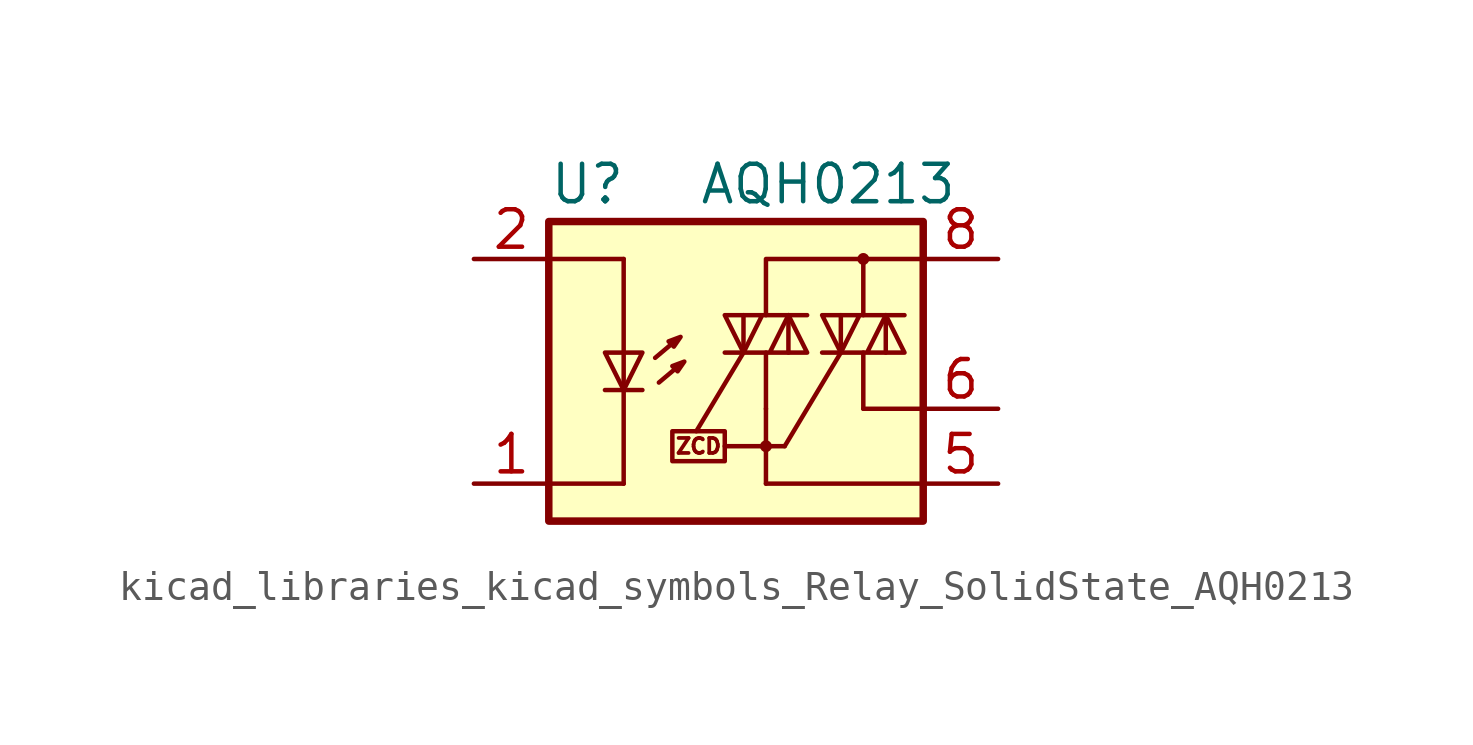
<source format=kicad_sym>
(kicad_symbol_lib
  (version 20220914)
  (generator kicad_symbol_editor)
  (symbol "kicad_libraries_kicad_symbols_Relay_SolidState_AQH0213"
    (property "Reference" "U"
      (at -7.62 5.08 0)
      (effects (font (size 1.27 1.27)) (justify left)))
    (property "Value" "AQH0213"
      (at -2.54 5.08 0)
      (effects (font (size 1.27 1.27)) (justify left)))
    (symbol "kicad_libraries_kicad_symbols_Relay_SolidState_AQH0213_0_0"
      (rectangle (start -3.429 -3.302) (end -1.651 -4.318) (stroke (width 0) (type default)) (fill (type none)))
      (text "ZCD" (at -2.54 -3.81 0) (effects (font (size 0.508 0.508)))))
    (symbol "kicad_libraries_kicad_symbols_Relay_SolidState_AQH0213_0_1"
      (rectangle (start -7.62 3.81) (end 5.08 -6.35) (stroke (width 0.254) (type default)) (fill (type background)))
      (polyline (pts (xy -5.715 -1.905) (xy -4.445 -1.905)) (stroke (width 0) (type default)) (fill (type none)))
      (polyline (pts (xy -5.08 -5.08) (xy -7.62 -5.08)) (stroke (width 0) (type default)) (fill (type none)))
      (polyline (pts (xy -5.08 -1.905) (xy -5.08 -5.08)) (stroke (width 0) (type default)) (fill (type none)))
      (polyline (pts (xy -5.08 -0.635) (xy -5.08 -1.905)) (stroke (width 0) (type default)) (fill (type none)))
      (polyline (pts (xy -5.08 -0.635) (xy -5.08 2.54)) (stroke (width 0) (type default)) (fill (type none)))
      (polyline (pts (xy -5.08 2.54) (xy -7.493 2.54)) (stroke (width 0) (type default)) (fill (type none)))
      (polyline (pts (xy -3.251 -1.118) (xy -3.886 -1.651)) (stroke (width 0) (type default)) (fill (type none)))
      (polyline (pts (xy -1.651 -3.81) (xy -0.254 -3.81)) (stroke (width 0) (type default)) (fill (type none)))
      (polyline (pts (xy -1.016 -0.635) (xy -2.616 -3.302)) (stroke (width 0) (type default)) (fill (type none)))
      (polyline (pts (xy -1.016 -0.635) (xy -1.016 0.635)) (stroke (width 0) (type default)) (fill (type none)))
      (polyline (pts (xy -0.254 -3.81) (xy 0.381 -3.81)) (stroke (width 0) (type default)) (fill (type none)))
      (polyline (pts (xy -0.254 -2.54) (xy -0.254 -5.08)) (stroke (width 0) (type default)) (fill (type none)))
      (polyline (pts (xy -0.254 -2.54) (xy -0.254 -0.635)) (stroke (width 0) (type default)) (fill (type none)))
      (polyline (pts (xy 0.381 -3.81) (xy 2.286 -0.635)) (stroke (width 0) (type default)) (fill (type none)))
      (polyline (pts (xy 0.508 0.635) (xy 0.508 -0.635)) (stroke (width 0) (type default)) (fill (type none)))
      (polyline (pts (xy 3.048 -2.54) (xy 5.08 -2.54)) (stroke (width 0) (type default)) (fill (type none)))
      (polyline (pts (xy 3.048 -0.635) (xy 3.048 -2.54)) (stroke (width 0) (type default)) (fill (type none)))
      (polyline (pts (xy 3.048 2.54) (xy 3.048 0.635)) (stroke (width 0) (type default)) (fill (type none)))
      (polyline (pts (xy 5.08 -5.08) (xy -0.254 -5.08)) (stroke (width 0) (type default)) (fill (type none)))
      (polyline (pts (xy 5.08 2.54) (xy 3.048 2.54)) (stroke (width 0) (type default)) (fill (type none)))
      (polyline (pts (xy 3.048 2.54) (xy -0.254 2.54) (xy -0.254 0.635)) (stroke (width 0) (type default)) (fill (type none)))
      (polyline (pts (xy -5.08 -1.905) (xy -5.715 -0.635) (xy -4.445 -0.635) (xy -5.08 -1.905)) (stroke (width 0) (type default)) (fill (type none)))
      (polyline (pts (xy -3.429 -1.092) (xy -3.251 -1.27) (xy -3.023 -0.94) (xy -3.429 -1.092)) (stroke (width 0) (type default)) (fill (type none)))
      (polyline (pts (xy -1.651 -0.635) (xy 1.143 -0.635) (xy 0.508 0.635) (xy -0.127 -0.635)) (stroke (width 0) (type default)) (fill (type none)))
      (polyline (pts (xy 1.143 0.635) (xy -1.651 0.635) (xy -1.016 -0.635) (xy -0.381 0.635)) (stroke (width 0) (type default)) (fill (type none))))
    (symbol "kicad_libraries_kicad_symbols_Relay_SolidState_AQH0213_1_1"
      (circle (center -0.254 -3.81) (radius 0.127) (stroke (width 0) (type default)) (fill (type none)))
      (polyline (pts (xy -3.378 -0.279) (xy -4.013 -0.813)) (stroke (width 0) (type default)) (fill (type none)))
      (polyline (pts (xy 2.286 -0.635) (xy 2.286 0.635)) (stroke (width 0) (type default)) (fill (type none)))
      (polyline (pts (xy 3.81 0.635) (xy 3.81 -0.635)) (stroke (width 0) (type default)) (fill (type none)))
      (polyline (pts (xy -3.556 -0.254) (xy -3.378 -0.432) (xy -3.15 -0.102) (xy -3.556 -0.254)) (stroke (width 0) (type default)) (fill (type none)))
      (polyline (pts (xy 1.651 -0.635) (xy 4.445 -0.635) (xy 3.81 0.635) (xy 3.175 -0.635)) (stroke (width 0) (type default)) (fill (type none)))
      (polyline (pts (xy 4.445 0.635) (xy 1.651 0.635) (xy 2.286 -0.635) (xy 2.921 0.635)) (stroke (width 0) (type default)) (fill (type none)))
      (circle (center 3.048 2.54) (radius 0.127) (stroke (width 0) (type default)) (fill (type none)))
      (pin passive line (at -10.16 -5.08 0) (length 2.54) (name "~" (effects (font (size 1.27 1.27)))) (number "1" (effects (font (size 1.27 1.27)))))
      (pin passive line (at -10.16 2.54 0) (length 2.54) (name "~" (effects (font (size 1.27 1.27)))) (number "2" (effects (font (size 1.27 1.27)))))
      (pin passive line (at -10.16 -5.08 0) (length 2.54) hide (name "~" (effects (font (size 1.27 1.27)))) (number "3" (effects (font (size 1.27 1.27)))))
      (pin passive line (at -10.16 -5.08 0) (length 2.54) hide (name "~" (effects (font (size 1.27 1.27)))) (number "4" (effects (font (size 1.27 1.27)))))
      (pin passive line (at 7.62 -5.08 180) (length 2.54) (name "~" (effects (font (size 1.27 1.27)))) (number "5" (effects (font (size 1.27 1.27)))))
      (pin passive line (at 7.62 -2.54 180) (length 2.54) (name "~" (effects (font (size 1.27 1.27)))) (number "6" (effects (font (size 1.27 1.27)))))
      (pin passive line (at 7.62 2.54 180) (length 2.54) (name "~" (effects (font (size 1.27 1.27)))) (number "8" (effects (font (size 1.27 1.27))))))))
</source>
